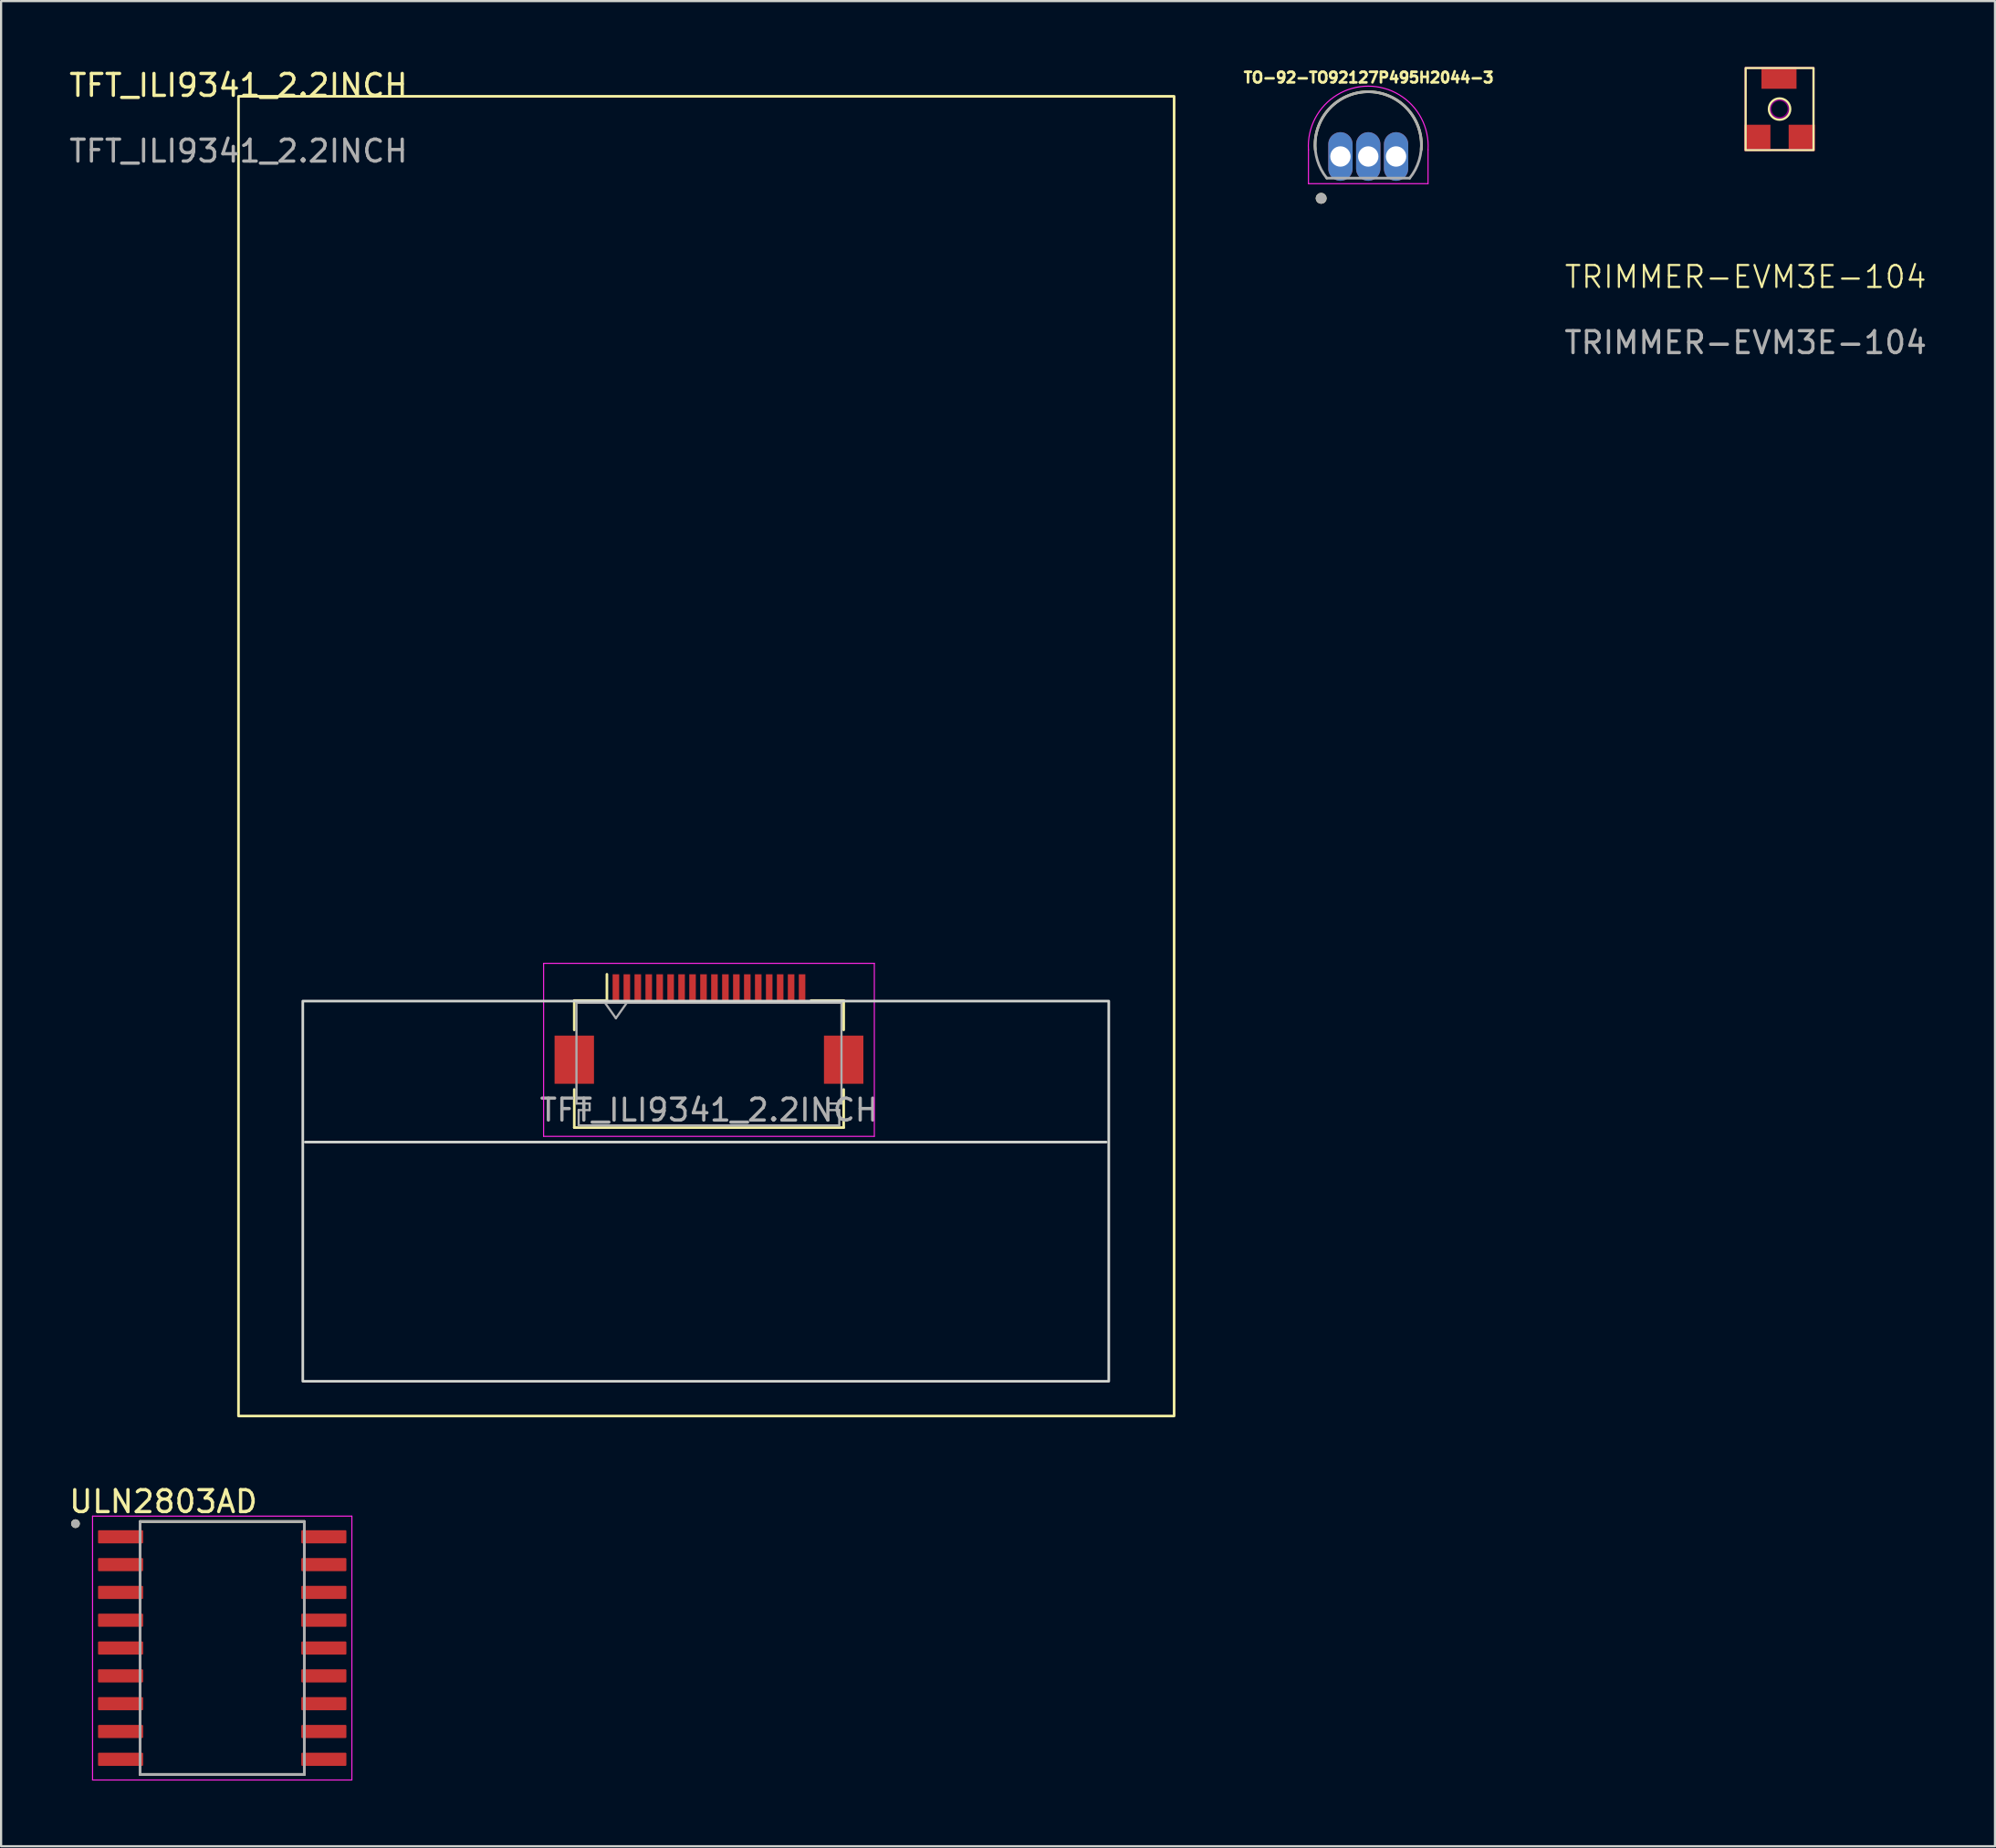
<source format=kicad_pcb>
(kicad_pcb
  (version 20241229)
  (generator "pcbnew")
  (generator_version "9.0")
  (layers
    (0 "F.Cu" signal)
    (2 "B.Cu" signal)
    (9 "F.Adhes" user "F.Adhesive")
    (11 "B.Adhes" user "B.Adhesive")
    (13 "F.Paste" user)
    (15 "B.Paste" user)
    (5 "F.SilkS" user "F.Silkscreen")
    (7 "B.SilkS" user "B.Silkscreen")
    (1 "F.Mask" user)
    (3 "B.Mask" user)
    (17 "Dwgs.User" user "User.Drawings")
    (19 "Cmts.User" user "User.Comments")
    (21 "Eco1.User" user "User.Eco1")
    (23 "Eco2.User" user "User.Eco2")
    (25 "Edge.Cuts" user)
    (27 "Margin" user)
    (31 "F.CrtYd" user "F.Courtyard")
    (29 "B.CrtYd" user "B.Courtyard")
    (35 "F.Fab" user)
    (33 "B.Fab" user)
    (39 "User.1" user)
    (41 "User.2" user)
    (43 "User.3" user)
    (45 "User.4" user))
  (footprint "TO-92-TO92127P495H2044-3"
    (layer "F.Cu")
    (at 59.423 3.336)
    (property "Reference" "TO-92-TO92127P495H2044-3" (at 0.019 -2.843 0) (layer "F.SilkS") (effects (font (size 0.481 0.481) (thickness 0.15))))
    (attr through_hole)
    (fp_arc (start -2.42 0.45) (mid 0 -2.197917) (end 2.42 0.45) (stroke (width 0.12) (type solid)) (layer "F.SilkS"))
    (fp_circle (center -2.15 2.67) (end -2.025 2.67) (stroke (width 0.25) (type solid)) (fill no) (layer "F.SilkS"))
    (fp_line (start -2.73 0.45) (end -2.73 2) (stroke (width 0.05) (type solid)) (layer "F.CrtYd"))
    (fp_line (start -2.73 2) (end 2.73 2) (stroke (width 0.05) (type solid)) (layer "F.CrtYd"))
    (fp_line (start 2.73 2) (end 2.73 0.45) (stroke (width 0.05) (type solid)) (layer "F.CrtYd"))
    (fp_arc (start -2.73 0.45) (mid 0 -2.452076) (end 2.73 0.45) (stroke (width 0.05) (type solid)) (layer "F.CrtYd"))
    (fp_line (start -1.893 1.748) (end 1.892 1.748) (stroke (width 0.12) (type solid)) (layer "F.Fab"))
    (fp_arc (start -1.893 1.748) (mid -0.0005 -2.197534) (end 1.892 1.748) (stroke (width 0.12) (type solid)) (layer "F.Fab"))
    (fp_circle (center -2.15 2.67) (end -2.025 2.67) (stroke (width 0.25) (type solid)) (fill no) (layer "F.Fab"))
    (pad "1" thru_hole oval (at -1.27 0.76) (size 1.11 2.22) (drill 0.93) (layers "*.Cu" "*.Mask"))
    (pad "2" thru_hole oval (at 0 0.76) (size 1.11 2.22) (drill 0.93) (layers "*.Cu" "*.Mask"))
    (pad "3" thru_hole oval (at 1.27 0.76) (size 1.11 2.22) (drill 0.93) (layers "*.Cu" "*.Mask")))
  (footprint "ULN2803AD"
    (layer "F.Cu")
    (at 7.096 72.204)
    (property "Reference" "ULN2803AD" (at -2.685 -6.687 0) (layer "F.SilkS") (effects (font (size 1 1) (thickness 0.15))))
    (attr smd)
    (fp_line (start -3.75 -5.775) (end 3.75 -5.775) (stroke (width 0.127) (type solid)) (layer "F.SilkS"))
    (fp_line (start -3.75 5.775) (end 3.75 5.775) (stroke (width 0.127) (type solid)) (layer "F.SilkS"))
    (fp_circle (center -6.7 -5.68) (end -6.6 -5.68) (stroke (width 0.2) (type solid)) (fill no) (layer "F.SilkS"))
    (fp_line (start -5.92 -6.025) (end -5.92 6.025) (stroke (width 0.05) (type solid)) (layer "F.CrtYd"))
    (fp_line (start -5.92 -6.025) (end 5.92 -6.025) (stroke (width 0.05) (type solid)) (layer "F.CrtYd"))
    (fp_line (start -5.92 6.025) (end 5.92 6.025) (stroke (width 0.05) (type solid)) (layer "F.CrtYd"))
    (fp_line (start 5.92 -6.025) (end 5.92 6.025) (stroke (width 0.05) (type solid)) (layer "F.CrtYd"))
    (fp_line (start -3.75 -5.775) (end -3.75 5.775) (stroke (width 0.127) (type solid)) (layer "F.Fab"))
    (fp_line (start -3.75 -5.775) (end 3.75 -5.775) (stroke (width 0.127) (type solid)) (layer "F.Fab"))
    (fp_line (start -3.75 5.775) (end 3.75 5.775) (stroke (width 0.127) (type solid)) (layer "F.Fab"))
    (fp_line (start 3.75 -5.775) (end 3.75 5.775) (stroke (width 0.127) (type solid)) (layer "F.Fab"))
    (fp_circle (center -6.7 -5.68) (end -6.6 -5.68) (stroke (width 0.2) (type solid)) (fill no) (layer "F.Fab"))
    (pad "1" smd roundrect (at -4.64 -5.08) (size 2.06 0.6) (layers "F.Cu" "F.Mask" "F.Paste") (roundrect_rratio 0.07))
    (pad "2" smd roundrect (at -4.64 -3.81) (size 2.06 0.6) (layers "F.Cu" "F.Mask" "F.Paste") (roundrect_rratio 0.07))
    (pad "3" smd roundrect (at -4.64 -2.54) (size 2.06 0.6) (layers "F.Cu" "F.Mask" "F.Paste") (roundrect_rratio 0.07))
    (pad "4" smd roundrect (at -4.64 -1.27) (size 2.06 0.6) (layers "F.Cu" "F.Mask" "F.Paste") (roundrect_rratio 0.07))
    (pad "5" smd roundrect (at -4.64 0) (size 2.06 0.6) (layers "F.Cu" "F.Mask" "F.Paste") (roundrect_rratio 0.07))
    (pad "6" smd roundrect (at -4.64 1.27) (size 2.06 0.6) (layers "F.Cu" "F.Mask" "F.Paste") (roundrect_rratio 0.07))
    (pad "7" smd roundrect (at -4.64 2.54) (size 2.06 0.6) (layers "F.Cu" "F.Mask" "F.Paste") (roundrect_rratio 0.07))
    (pad "8" smd roundrect (at -4.64 3.81) (size 2.06 0.6) (layers "F.Cu" "F.Mask" "F.Paste") (roundrect_rratio 0.07))
    (pad "9" smd roundrect (at -4.64 5.08) (size 2.06 0.6) (layers "F.Cu" "F.Mask" "F.Paste") (roundrect_rratio 0.07))
    (pad "10" smd roundrect (at 4.64 5.08) (size 2.06 0.6) (layers "F.Cu" "F.Mask" "F.Paste") (roundrect_rratio 0.07))
    (pad "11" smd roundrect (at 4.64 3.81) (size 2.06 0.6) (layers "F.Cu" "F.Mask" "F.Paste") (roundrect_rratio 0.07))
    (pad "12" smd roundrect (at 4.64 2.54) (size 2.06 0.6) (layers "F.Cu" "F.Mask" "F.Paste") (roundrect_rratio 0.07))
    (pad "13" smd roundrect (at 4.64 1.27) (size 2.06 0.6) (layers "F.Cu" "F.Mask" "F.Paste") (roundrect_rratio 0.07))
    (pad "14" smd roundrect (at 4.64 0) (size 2.06 0.6) (layers "F.Cu" "F.Mask" "F.Paste") (roundrect_rratio 0.07))
    (pad "15" smd roundrect (at 4.64 -1.27) (size 2.06 0.6) (layers "F.Cu" "F.Mask" "F.Paste") (roundrect_rratio 0.07))
    (pad "16" smd roundrect (at 4.64 -2.54) (size 2.06 0.6) (layers "F.Cu" "F.Mask" "F.Paste") (roundrect_rratio 0.07))
    (pad "17" smd roundrect (at 4.64 -3.81) (size 2.06 0.6) (layers "F.Cu" "F.Mask" "F.Paste") (roundrect_rratio 0.07))
    (pad "18" smd roundrect (at 4.64 -5.08) (size 2.06 0.6) (layers "F.Cu" "F.Mask" "F.Paste") (roundrect_rratio 0.07)))
  (footprint "TFT_ILI9341_2.2INCH"
    (layer "F.Cu")
    (at 7.839 1.348)
    (property "Reference" "TFT_ILI9341_2.2INCH" (at 0 -0.5 0) (unlocked yes) (layer "F.SilkS") (effects (font (size 1 1) (thickness 0.15))))
    (fp_line (start 15.332 41.29) (end 15.332 42.63) (stroke (width 0.12) (type solid)) (layer "F.SilkS"))
    (fp_line (start 15.332 45.35) (end 15.332 47.09) (stroke (width 0.12) (type solid)) (layer "F.SilkS"))
    (fp_line (start 15.332 47.09) (end 27.632 47.09) (stroke (width 0.12) (type solid)) (layer "F.SilkS"))
    (fp_line (start 16.822 41.29) (end 15.332 41.29) (stroke (width 0.12) (type solid)) (layer "F.SilkS"))
    (fp_line (start 16.822 41.29) (end 16.822 40.09) (stroke (width 0.12) (type solid)) (layer "F.SilkS"))
    (fp_line (start 26.142 41.29) (end 27.632 41.29) (stroke (width 0.12) (type solid)) (layer "F.SilkS"))
    (fp_line (start 27.632 41.29) (end 27.632 42.63) (stroke (width 0.12) (type solid)) (layer "F.SilkS"))
    (fp_line (start 27.632 47.09) (end 27.632 45.35) (stroke (width 0.12) (type solid)) (layer "F.SilkS"))
    (fp_rect (start 0 0) (end 42.72 60.26) (stroke (width 0.12) (type solid)) (fill no) (layer "F.SilkS"))
    (fp_line (start 3.048 47.752) (end 39.624 47.752) (stroke (width 0.12) (type solid)) (layer "Edge.Cuts"))
    (fp_rect (start 2.936 41.314) (end 39.736 58.674) (stroke (width 0.12) (type solid)) (fill no) (layer "Edge.Cuts"))
    (fp_line (start 13.932 39.59) (end 13.932 47.49) (stroke (width 0.05) (type solid)) (layer "F.CrtYd"))
    (fp_line (start 13.932 47.49) (end 29.032 47.49) (stroke (width 0.05) (type solid)) (layer "F.CrtYd"))
    (fp_line (start 29.032 39.59) (end 13.932 39.59) (stroke (width 0.05) (type solid)) (layer "F.CrtYd"))
    (fp_line (start 29.032 47.49) (end 29.032 39.59) (stroke (width 0.05) (type solid)) (layer "F.CrtYd"))
    (fp_line (start 15.432 41.39) (end 15.432 45.99) (stroke (width 0.1) (type solid)) (layer "F.Fab"))
    (fp_line (start 15.432 45.99) (end 16.032 45.99) (stroke (width 0.1) (type solid)) (layer "F.Fab"))
    (fp_line (start 15.532 46.29) (end 15.532 46.99) (stroke (width 0.1) (type solid)) (layer "F.Fab"))
    (fp_line (start 15.532 46.99) (end 21.482 46.99) (stroke (width 0.1) (type solid)) (layer "F.Fab"))
    (fp_line (start 16.032 45.99) (end 16.032 46.29) (stroke (width 0.1) (type solid)) (layer "F.Fab"))
    (fp_line (start 16.032 46.29) (end 15.532 46.29) (stroke (width 0.1) (type solid)) (layer "F.Fab"))
    (fp_line (start 16.732 41.39) (end 17.232 42.097) (stroke (width 0.1) (type solid)) (layer "F.Fab"))
    (fp_line (start 17.232 42.097) (end 17.732 41.39) (stroke (width 0.1) (type solid)) (layer "F.Fab"))
    (fp_line (start 21.482 41.39) (end 15.432 41.39) (stroke (width 0.1) (type solid)) (layer "F.Fab"))
    (fp_line (start 21.482 41.39) (end 27.532 41.39) (stroke (width 0.1) (type solid)) (layer "F.Fab"))
    (fp_line (start 26.932 45.99) (end 26.932 46.29) (stroke (width 0.1) (type solid)) (layer "F.Fab"))
    (fp_line (start 26.932 46.29) (end 27.432 46.29) (stroke (width 0.1) (type solid)) (layer "F.Fab"))
    (fp_line (start 27.432 46.29) (end 27.432 46.99) (stroke (width 0.1) (type solid)) (layer "F.Fab"))
    (fp_line (start 27.432 46.99) (end 21.482 46.99) (stroke (width 0.1) (type solid)) (layer "F.Fab"))
    (fp_line (start 27.532 41.39) (end 27.532 45.99) (stroke (width 0.1) (type solid)) (layer "F.Fab"))
    (fp_line (start 27.532 45.99) (end 26.932 45.99) (stroke (width 0.1) (type solid)) (layer "F.Fab"))
    (fp_text user "2.2Inch_ ili9341" (at 21.336 24.384 0) (unlocked yes) (layer "Eco2.User") (effects (font (size 1 1) (thickness 0.15))))
    (fp_text user "${REFERENCE}" (at 21.482 46.29 0) (layer "F.Fab") (effects (font (size 1 1) (thickness 0.15))))
    (fp_text user "${REFERENCE}" (at 0 2.5 0) (unlocked yes) (layer "F.Fab") (effects (font (size 1 1) (thickness 0.15))))
    (pad "1" smd rect (at 17.232 40.74) (size 0.3 1.3) (layers "F.Cu" "F.Mask" "F.Paste"))
    (pad "2" smd rect (at 17.732 40.74) (size 0.3 1.3) (layers "F.Cu" "F.Mask" "F.Paste"))
    (pad "3" smd rect (at 18.232 40.74) (size 0.3 1.3) (layers "F.Cu" "F.Mask" "F.Paste"))
    (pad "4" smd rect (at 18.732 40.74) (size 0.3 1.3) (layers "F.Cu" "F.Mask" "F.Paste"))
    (pad "5" smd rect (at 19.232 40.74) (size 0.3 1.3) (layers "F.Cu" "F.Mask" "F.Paste"))
    (pad "6" smd rect (at 19.732 40.74) (size 0.3 1.3) (layers "F.Cu" "F.Mask" "F.Paste"))
    (pad "7" smd rect (at 20.232 40.74) (size 0.3 1.3) (layers "F.Cu" "F.Mask" "F.Paste"))
    (pad "8" smd rect (at 20.732 40.74) (size 0.3 1.3) (layers "F.Cu" "F.Mask" "F.Paste"))
    (pad "9" smd rect (at 21.232 40.74) (size 0.3 1.3) (layers "F.Cu" "F.Mask" "F.Paste"))
    (pad "10" smd rect (at 21.732 40.74) (size 0.3 1.3) (layers "F.Cu" "F.Mask" "F.Paste"))
    (pad "11" smd rect (at 22.232 40.74) (size 0.3 1.3) (layers "F.Cu" "F.Mask" "F.Paste"))
    (pad "12" smd rect (at 22.732 40.74) (size 0.3 1.3) (layers "F.Cu" "F.Mask" "F.Paste"))
    (pad "13" smd rect (at 23.232 40.74) (size 0.3 1.3) (layers "F.Cu" "F.Mask" "F.Paste"))
    (pad "14" smd rect (at 23.732 40.74) (size 0.3 1.3) (layers "F.Cu" "F.Mask" "F.Paste"))
    (pad "15" smd rect (at 24.232 40.74) (size 0.3 1.3) (layers "F.Cu" "F.Mask" "F.Paste"))
    (pad "16" smd rect (at 24.732 40.74) (size 0.3 1.3) (layers "F.Cu" "F.Mask" "F.Paste"))
    (pad "17" smd rect (at 25.232 40.74) (size 0.3 1.3) (layers "F.Cu" "F.Mask" "F.Paste"))
    (pad "18" smd rect (at 25.732 40.74) (size 0.3 1.3) (layers "F.Cu" "F.Mask" "F.Paste"))
    (pad "MP" smd rect (at 15.332 43.99) (size 1.8 2.2) (layers "F.Cu" "F.Mask" "F.Paste"))
    (pad "MP" smd rect (at 27.632 43.99) (size 1.8 2.2) (layers "F.Cu" "F.Mask" "F.Paste")))
  (footprint "TRIMMER-EVM3E-104"
    (layer "F.Cu")
    (at 76.653 3.805)
    (property "Reference" "TRIMMER-EVM3E-104" (at 0 5.79 0) (unlocked yes) (layer "F.SilkS") (effects (font (size 1 1) (thickness 0.1))))
    (attr smd)
    (fp_rect (start 0 0) (end 3.1 -3.75) (stroke (width 0.1) (type default)) (fill no) (layer "F.SilkS"))
    (fp_circle (center 1.55 -1.875) (end 1.931 -1.57) (stroke (width 0.1) (type default)) (fill no) (layer "F.SilkS"))
    (fp_rect (start -0.001 -0.005) (end 3.099 -3.755) (stroke (width 0.1) (type default)) (fill no) (layer "F.Adhes"))
    (fp_circle (center 1.549 -1.88) (end 1.93 -2.057) (stroke (width 0.1) (type default)) (fill no) (layer "F.Adhes"))
    (fp_text user "${REFERENCE}" (at 0 8.79 0) (unlocked yes) (layer "F.Fab") (effects (font (size 1 1) (thickness 0.15))))
    (pad "1" smd rect (at 0.533 -0.559) (size 1.2 1.2) (layers "F.Cu" "F.Mask" "F.Paste"))
    (pad "2" smd rect (at 1.524 -3.302) (size 1.6 1) (layers "F.Cu" "F.Mask" "F.Paste"))
    (pad "3" smd rect (at 2.565 -0.559) (size 1.2 1.2) (layers "F.Cu" "F.Mask" "F.Paste")))
  (gr_rect
    (start -3 -3)
    (end 88.04 81.254)
    (stroke (width 0.1) (type default))
    (fill no)
    (layer "Edge.Cuts")))
</source>
